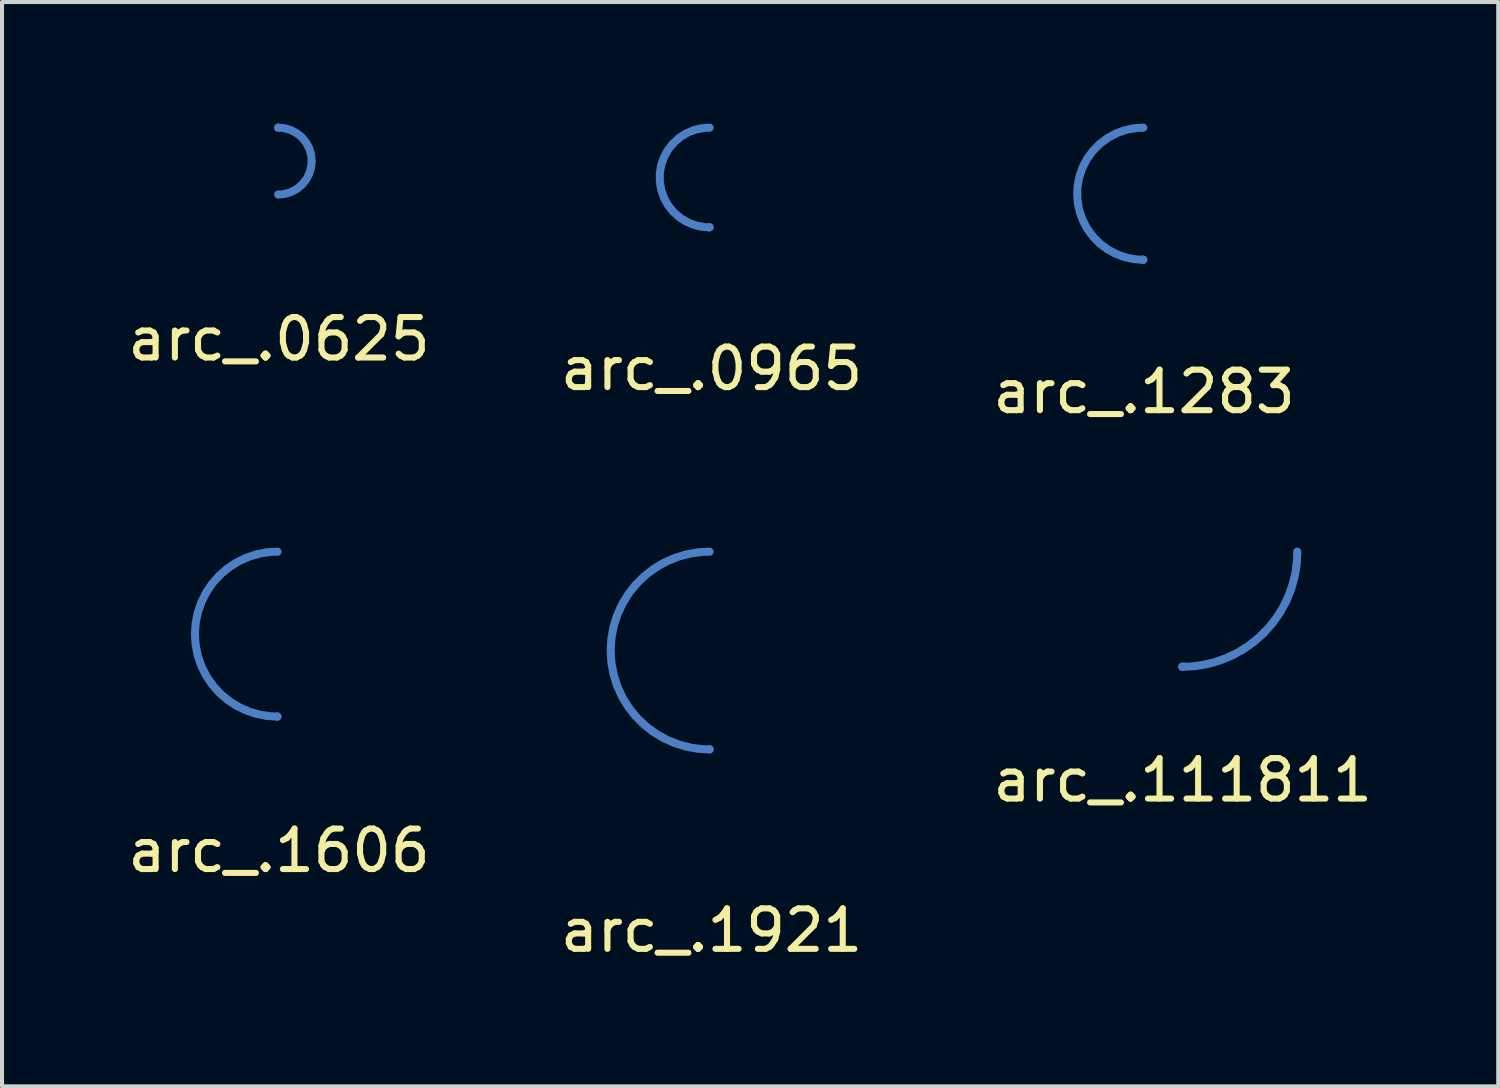
<source format=kicad_pcb>
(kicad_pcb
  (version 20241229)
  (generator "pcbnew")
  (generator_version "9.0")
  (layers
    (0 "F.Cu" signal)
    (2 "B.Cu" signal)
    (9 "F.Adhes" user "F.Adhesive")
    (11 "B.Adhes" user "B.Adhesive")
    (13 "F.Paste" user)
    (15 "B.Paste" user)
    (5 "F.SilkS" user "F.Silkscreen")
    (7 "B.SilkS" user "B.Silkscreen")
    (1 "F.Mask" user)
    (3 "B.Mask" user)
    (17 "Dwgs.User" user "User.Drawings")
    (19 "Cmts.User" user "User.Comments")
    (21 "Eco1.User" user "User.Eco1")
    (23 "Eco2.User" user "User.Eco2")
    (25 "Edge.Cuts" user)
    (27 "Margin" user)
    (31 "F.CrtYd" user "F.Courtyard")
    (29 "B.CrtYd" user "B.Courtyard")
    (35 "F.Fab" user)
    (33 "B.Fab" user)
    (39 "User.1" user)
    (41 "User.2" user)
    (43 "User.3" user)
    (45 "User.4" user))
  (footprint "arc_.1921"
    (layer "F.Cu")
    (at 14.468 15.451)
    (property "Reference" "arc_.1921" (at 0.05 4.47 0) (layer "F.SilkS") (effects (font (size 1 1) (thickness 0.15))))
    (attr through_hole)
    (pad "1" smd custom (at 0 -4.88) (size 0.203 0.203) (layers "B.Cu") (options (anchor circle)) (primitives (gr_arc (start 0 4.88) (mid -2.44 2.44) (end 0 0) (width 0.2032))))
    (pad "2" smd circle (at 0 0) (size 0.203 0.203) (layers "B.Cu")))
  (footprint "arc_.111811"
    (layer "F.Cu")
    (at 26.139 13.411)
    (property "Reference" "arc_.111811" (at 0.01 2.8 0) (layer "F.SilkS") (effects (font (size 1 1) (thickness 0.15))))
    (attr through_hole)
    (pad "1" smd custom (at 2.84 -2.84) (size 0.203 0.203) (layers "B.Cu") (options (anchor circle)) (primitives (gr_arc (start 0 0) (mid -0.831817 2.008183) (end -2.84 2.84) (width 0.2032))))
    (pad "2" smd circle (at 0 0) (size 0.203 0.203) (layers "B.Cu")))
  (footprint "arc_.1283"
    (layer "F.Cu")
    (at 25.176 3.372)
    (property "Reference" "arc_.1283" (at 0.02 3.25 0) (layer "F.SilkS") (effects (font (size 1 1) (thickness 0.15))))
    (attr through_hole)
    (pad "1" smd custom (at 0 -3.27) (size 0.203 0.203) (layers "B.Cu") (options (anchor circle)) (primitives (gr_arc (start 0 3.26) (mid -1.63 1.63) (end 0 0) (width 0.2032))))
    (pad "2" smd circle (at 0 -0.01) (size 0.203 0.203) (layers "B.Cu")))
  (footprint "arc_.0625"
    (layer "F.Cu")
    (at 3.819 1.752)
    (property "Reference" "arc_.0625" (at 0.02 3.57 0) (layer "F.SilkS") (effects (font (size 1 1) (thickness 0.15))))
    (attr through_hole)
    (pad "1" smd custom (at 0 0 180) (size 0.203 0.203) (layers "B.Cu") (options (anchor circle)) (primitives (gr_arc (start 0 1.65) (mid -0.825 0.825) (end 0 0) (width 0.2032))))
    (pad "2" smd circle (at 0 -1.65) (size 0.203 0.203) (layers "B.Cu")))
  (footprint "arc_.1606"
    (layer "F.Cu")
    (at 3.809 14.631)
    (property "Reference" "arc_.1606" (at 0.03 3.32 0) (layer "F.SilkS") (effects (font (size 1 1) (thickness 0.15))))
    (attr through_hole)
    (pad "1" smd custom (at -0.01 -4.06) (size 0.203 0.203) (layers "B.Cu") (options (anchor circle)) (primitives (gr_arc (start 0 4.06908) (mid -2.03454 2.03454) (end 0 0) (width 0.2032))))
    (pad "2" smd circle (at -0.01 0.01) (size 0.203 0.203) (layers "B.Cu")))
  (footprint "arc_.0965"
    (layer "F.Cu")
    (at 14.468 2.562)
    (property "Reference" "arc_.0965" (at 0.05 3.49 0) (layer "F.SilkS") (effects (font (size 1 1) (thickness 0.15))))
    (attr through_hole)
    (pad "1" smd custom (at 0 -2.46) (size 0.203 0.203) (layers "B.Cu") (options (anchor circle)) (primitives (gr_arc (start 0 2.46) (mid -1.23 1.23) (end 0 0) (width 0.2032))))
    (pad "2" smd circle (at 0 0) (size 0.203 0.203) (layers "B.Cu")))
  (gr_rect
    (start -3 -3)
    (end 33.94 23.77)
    (stroke (width 0.1) (type default))
    (fill no)
    (layer "Edge.Cuts")))
</source>
